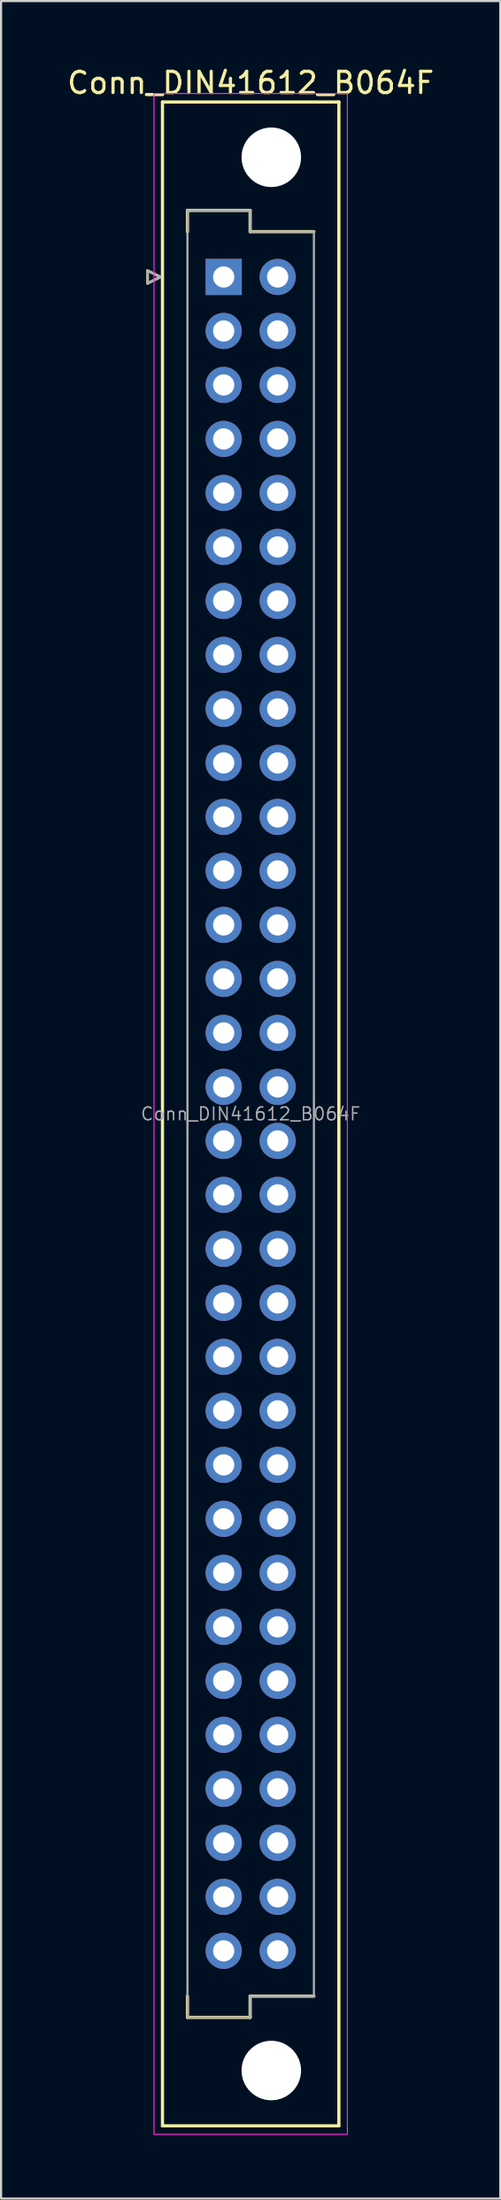
<source format=kicad_pcb>
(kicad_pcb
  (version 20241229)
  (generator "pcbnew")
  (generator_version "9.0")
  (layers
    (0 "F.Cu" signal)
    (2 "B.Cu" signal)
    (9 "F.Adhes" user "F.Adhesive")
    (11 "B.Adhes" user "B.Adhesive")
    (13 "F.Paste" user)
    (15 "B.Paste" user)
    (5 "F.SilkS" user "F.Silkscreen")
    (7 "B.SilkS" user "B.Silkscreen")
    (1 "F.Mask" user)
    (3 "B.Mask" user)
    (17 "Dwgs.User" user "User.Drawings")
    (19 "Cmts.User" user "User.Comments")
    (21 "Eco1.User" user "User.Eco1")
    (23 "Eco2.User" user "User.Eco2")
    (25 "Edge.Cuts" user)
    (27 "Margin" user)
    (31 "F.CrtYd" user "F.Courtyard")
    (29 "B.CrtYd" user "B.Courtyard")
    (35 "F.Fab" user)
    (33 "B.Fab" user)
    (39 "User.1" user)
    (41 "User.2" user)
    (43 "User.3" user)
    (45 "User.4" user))
  (footprint "Conn_DIN41612_B064F"
    (layer "F.Cu")
    (at 7.474 9.978)
    (property "Reference" "Conn_DIN41612_B064F" (at 1.27 -9.13 0) (layer "F.SilkS") (effects (font (size 1 1) (thickness 0.15))))
    (attr through_hole)
    (fp_line (start -3.58 -0.3) (end -3.58 0.3) (stroke (width 0.12) (type solid)) (layer "F.SilkS"))
    (fp_line (start -3.58 0.3) (end -2.98 0) (stroke (width 0.12) (type solid)) (layer "F.SilkS"))
    (fp_line (start -2.98 0) (end -3.58 -0.3) (stroke (width 0.12) (type solid)) (layer "F.SilkS"))
    (fp_line (start -2.88 -8.23) (end -2.88 86.97) (stroke (width 0.15) (type solid)) (layer "F.SilkS"))
    (fp_line (start -2.88 86.97) (end 5.42 86.97) (stroke (width 0.15) (type solid)) (layer "F.SilkS"))
    (fp_line (start -1.705 -3.13) (end 1.245 -3.13) (stroke (width 0.15) (type solid)) (layer "F.SilkS"))
    (fp_line (start -1.705 -2.13) (end -1.705 -3.13) (stroke (width 0.15) (type solid)) (layer "F.SilkS"))
    (fp_line (start -1.705 81.87) (end -1.705 80.87) (stroke (width 0.15) (type solid)) (layer "F.SilkS"))
    (fp_line (start 1.245 -3.13) (end 1.245 -2.13) (stroke (width 0.15) (type solid)) (layer "F.SilkS"))
    (fp_line (start 1.245 -2.13) (end 4.245 -2.13) (stroke (width 0.15) (type solid)) (layer "F.SilkS"))
    (fp_line (start 1.245 80.87) (end 1.245 81.87) (stroke (width 0.15) (type solid)) (layer "F.SilkS"))
    (fp_line (start 1.245 81.87) (end -1.705 81.87) (stroke (width 0.15) (type solid)) (layer "F.SilkS"))
    (fp_line (start 4.245 80.87) (end 1.245 80.87) (stroke (width 0.15) (type solid)) (layer "F.SilkS"))
    (fp_line (start 5.42 -8.23) (end -2.88 -8.23) (stroke (width 0.15) (type solid)) (layer "F.SilkS"))
    (fp_line (start 5.42 86.97) (end 5.42 -8.23) (stroke (width 0.15) (type solid)) (layer "F.SilkS"))
    (fp_line (start -3.28 -8.63) (end -3.28 87.37) (stroke (width 0.05) (type solid)) (layer "F.CrtYd"))
    (fp_line (start -3.28 87.37) (end 5.82 87.37) (stroke (width 0.05) (type solid)) (layer "F.CrtYd"))
    (fp_line (start 5.82 -8.63) (end -3.28 -8.63) (stroke (width 0.05) (type solid)) (layer "F.CrtYd"))
    (fp_line (start 5.82 87.37) (end 5.82 -8.63) (stroke (width 0.05) (type solid)) (layer "F.CrtYd"))
    (fp_line (start -3.58 -0.3) (end -3.58 0.3) (stroke (width 0.12) (type solid)) (layer "F.Fab"))
    (fp_line (start -3.58 0.3) (end -2.98 0) (stroke (width 0.12) (type solid)) (layer "F.Fab"))
    (fp_line (start -2.98 0) (end -3.58 -0.3) (stroke (width 0.12) (type solid)) (layer "F.Fab"))
    (fp_line (start -1.705 -3.13) (end 1.245 -3.13) (stroke (width 0.1) (type solid)) (layer "F.Fab"))
    (fp_line (start -1.705 -2.13) (end -1.705 -3.13) (stroke (width 0.1) (type solid)) (layer "F.Fab"))
    (fp_line (start -1.705 80.87) (end -1.705 -2.13) (stroke (width 0.1) (type solid)) (layer "F.Fab"))
    (fp_line (start -1.705 81.87) (end -1.705 80.87) (stroke (width 0.1) (type solid)) (layer "F.Fab"))
    (fp_line (start 1.245 -3.13) (end 1.245 -2.13) (stroke (width 0.1) (type solid)) (layer "F.Fab"))
    (fp_line (start 1.245 -2.13) (end 4.245 -2.13) (stroke (width 0.1) (type solid)) (layer "F.Fab"))
    (fp_line (start 1.245 80.87) (end 1.245 81.87) (stroke (width 0.1) (type solid)) (layer "F.Fab"))
    (fp_line (start 1.245 81.87) (end -1.705 81.87) (stroke (width 0.1) (type solid)) (layer "F.Fab"))
    (fp_line (start 4.245 -2.13) (end 4.245 80.87) (stroke (width 0.1) (type solid)) (layer "F.Fab"))
    (fp_line (start 4.245 80.87) (end 1.245 80.87) (stroke (width 0.1) (type solid)) (layer "F.Fab"))
    (fp_text user "${REFERENCE}" (at 1.27 39.37 0) (layer "F.Fab") (effects (font (size 0.6 0.6) (thickness 0.07))))
    (pad "" np_thru_hole circle (at 2.24 -5.63) (size 2.8 2.8) (drill 2.8) (layers "*.Cu" "*.Mask"))
    (pad "" np_thru_hole circle (at 2.24 84.37) (size 2.8 2.8) (drill 2.8) (layers "*.Cu" "*.Mask"))
    (pad "A1" thru_hole rect (at 0 0) (size 1.7 1.7) (drill 1) (layers "*.Cu" "*.Mask"))
    (pad "A2" thru_hole circle (at 0 2.54) (size 1.7 1.7) (drill 1) (layers "*.Cu" "*.Mask"))
    (pad "A3" thru_hole circle (at 0 5.08) (size 1.7 1.7) (drill 1) (layers "*.Cu" "*.Mask"))
    (pad "A4" thru_hole circle (at 0 7.62) (size 1.7 1.7) (drill 1) (layers "*.Cu" "*.Mask"))
    (pad "A5" thru_hole circle (at 0 10.16) (size 1.7 1.7) (drill 1) (layers "*.Cu" "*.Mask"))
    (pad "A6" thru_hole circle (at 0 12.7) (size 1.7 1.7) (drill 1) (layers "*.Cu" "*.Mask"))
    (pad "A7" thru_hole circle (at 0 15.24) (size 1.7 1.7) (drill 1) (layers "*.Cu" "*.Mask"))
    (pad "A8" thru_hole circle (at 0 17.78) (size 1.7 1.7) (drill 1) (layers "*.Cu" "*.Mask"))
    (pad "A9" thru_hole circle (at 0 20.32) (size 1.7 1.7) (drill 1) (layers "*.Cu" "*.Mask"))
    (pad "A10" thru_hole circle (at 0 22.86) (size 1.7 1.7) (drill 1) (layers "*.Cu" "*.Mask"))
    (pad "A11" thru_hole circle (at 0 25.4) (size 1.7 1.7) (drill 1) (layers "*.Cu" "*.Mask"))
    (pad "A12" thru_hole circle (at 0 27.94) (size 1.7 1.7) (drill 1) (layers "*.Cu" "*.Mask"))
    (pad "A13" thru_hole circle (at 0 30.48) (size 1.7 1.7) (drill 1) (layers "*.Cu" "*.Mask"))
    (pad "A14" thru_hole circle (at 0 33.02) (size 1.7 1.7) (drill 1) (layers "*.Cu" "*.Mask"))
    (pad "A15" thru_hole circle (at 0 35.56) (size 1.7 1.7) (drill 1) (layers "*.Cu" "*.Mask"))
    (pad "A16" thru_hole circle (at 0 38.1) (size 1.7 1.7) (drill 1) (layers "*.Cu" "*.Mask"))
    (pad "A17" thru_hole circle (at 0 40.64) (size 1.7 1.7) (drill 1) (layers "*.Cu" "*.Mask"))
    (pad "A18" thru_hole circle (at 0 43.18) (size 1.7 1.7) (drill 1) (layers "*.Cu" "*.Mask"))
    (pad "A19" thru_hole circle (at 0 45.72) (size 1.7 1.7) (drill 1) (layers "*.Cu" "*.Mask"))
    (pad "A20" thru_hole circle (at 0 48.26) (size 1.7 1.7) (drill 1) (layers "*.Cu" "*.Mask"))
    (pad "A21" thru_hole circle (at 0 50.8) (size 1.7 1.7) (drill 1) (layers "*.Cu" "*.Mask"))
    (pad "A22" thru_hole circle (at 0 53.34) (size 1.7 1.7) (drill 1) (layers "*.Cu" "*.Mask"))
    (pad "A23" thru_hole circle (at 0 55.88) (size 1.7 1.7) (drill 1) (layers "*.Cu" "*.Mask"))
    (pad "A24" thru_hole circle (at 0 58.42) (size 1.7 1.7) (drill 1) (layers "*.Cu" "*.Mask"))
    (pad "A25" thru_hole circle (at 0 60.96) (size 1.7 1.7) (drill 1) (layers "*.Cu" "*.Mask"))
    (pad "A26" thru_hole circle (at 0 63.5) (size 1.7 1.7) (drill 1) (layers "*.Cu" "*.Mask"))
    (pad "A27" thru_hole circle (at 0 66.04) (size 1.7 1.7) (drill 1) (layers "*.Cu" "*.Mask"))
    (pad "A28" thru_hole circle (at 0 68.58) (size 1.7 1.7) (drill 1) (layers "*.Cu" "*.Mask"))
    (pad "A29" thru_hole circle (at 0 71.12) (size 1.7 1.7) (drill 1) (layers "*.Cu" "*.Mask"))
    (pad "A30" thru_hole circle (at 0 73.66) (size 1.7 1.7) (drill 1) (layers "*.Cu" "*.Mask"))
    (pad "A31" thru_hole circle (at 0 76.2) (size 1.7 1.7) (drill 1) (layers "*.Cu" "*.Mask"))
    (pad "A32" thru_hole circle (at 0 78.74) (size 1.7 1.7) (drill 1) (layers "*.Cu" "*.Mask"))
    (pad "B1" thru_hole circle (at 2.54 0) (size 1.7 1.7) (drill 1) (layers "*.Cu" "*.Mask"))
    (pad "B2" thru_hole circle (at 2.54 2.54) (size 1.7 1.7) (drill 1) (layers "*.Cu" "*.Mask"))
    (pad "B3" thru_hole circle (at 2.54 5.08) (size 1.7 1.7) (drill 1) (layers "*.Cu" "*.Mask"))
    (pad "B4" thru_hole circle (at 2.54 7.62) (size 1.7 1.7) (drill 1) (layers "*.Cu" "*.Mask"))
    (pad "B5" thru_hole circle (at 2.54 10.16) (size 1.7 1.7) (drill 1) (layers "*.Cu" "*.Mask"))
    (pad "B6" thru_hole circle (at 2.54 12.7) (size 1.7 1.7) (drill 1) (layers "*.Cu" "*.Mask"))
    (pad "B7" thru_hole circle (at 2.54 15.24) (size 1.7 1.7) (drill 1) (layers "*.Cu" "*.Mask"))
    (pad "B8" thru_hole circle (at 2.54 17.78) (size 1.7 1.7) (drill 1) (layers "*.Cu" "*.Mask"))
    (pad "B9" thru_hole circle (at 2.54 20.32) (size 1.7 1.7) (drill 1) (layers "*.Cu" "*.Mask"))
    (pad "B10" thru_hole circle (at 2.54 22.86) (size 1.7 1.7) (drill 1) (layers "*.Cu" "*.Mask"))
    (pad "B11" thru_hole circle (at 2.54 25.4) (size 1.7 1.7) (drill 1) (layers "*.Cu" "*.Mask"))
    (pad "B12" thru_hole circle (at 2.54 27.94) (size 1.7 1.7) (drill 1) (layers "*.Cu" "*.Mask"))
    (pad "B13" thru_hole circle (at 2.54 30.48) (size 1.7 1.7) (drill 1) (layers "*.Cu" "*.Mask"))
    (pad "B14" thru_hole circle (at 2.54 33.02) (size 1.7 1.7) (drill 1) (layers "*.Cu" "*.Mask"))
    (pad "B15" thru_hole circle (at 2.54 35.56) (size 1.7 1.7) (drill 1) (layers "*.Cu" "*.Mask"))
    (pad "B16" thru_hole circle (at 2.54 38.1) (size 1.7 1.7) (drill 1) (layers "*.Cu" "*.Mask"))
    (pad "B17" thru_hole circle (at 2.54 40.64) (size 1.7 1.7) (drill 1) (layers "*.Cu" "*.Mask"))
    (pad "B18" thru_hole circle (at 2.54 43.18) (size 1.7 1.7) (drill 1) (layers "*.Cu" "*.Mask"))
    (pad "B19" thru_hole circle (at 2.54 45.72) (size 1.7 1.7) (drill 1) (layers "*.Cu" "*.Mask"))
    (pad "B20" thru_hole circle (at 2.54 48.26) (size 1.7 1.7) (drill 1) (layers "*.Cu" "*.Mask"))
    (pad "B21" thru_hole circle (at 2.54 50.8) (size 1.7 1.7) (drill 1) (layers "*.Cu" "*.Mask"))
    (pad "B22" thru_hole circle (at 2.54 53.34) (size 1.7 1.7) (drill 1) (layers "*.Cu" "*.Mask"))
    (pad "B23" thru_hole circle (at 2.54 55.88) (size 1.7 1.7) (drill 1) (layers "*.Cu" "*.Mask"))
    (pad "B24" thru_hole circle (at 2.54 58.42) (size 1.7 1.7) (drill 1) (layers "*.Cu" "*.Mask"))
    (pad "B25" thru_hole circle (at 2.54 60.96) (size 1.7 1.7) (drill 1) (layers "*.Cu" "*.Mask"))
    (pad "B26" thru_hole circle (at 2.54 63.5) (size 1.7 1.7) (drill 1) (layers "*.Cu" "*.Mask"))
    (pad "B27" thru_hole circle (at 2.54 66.04) (size 1.7 1.7) (drill 1) (layers "*.Cu" "*.Mask"))
    (pad "B28" thru_hole circle (at 2.54 68.58) (size 1.7 1.7) (drill 1) (layers "*.Cu" "*.Mask"))
    (pad "B29" thru_hole circle (at 2.54 71.12) (size 1.7 1.7) (drill 1) (layers "*.Cu" "*.Mask"))
    (pad "B30" thru_hole circle (at 2.54 73.66) (size 1.7 1.7) (drill 1) (layers "*.Cu" "*.Mask"))
    (pad "B31" thru_hole circle (at 2.54 76.2) (size 1.7 1.7) (drill 1) (layers "*.Cu" "*.Mask"))
    (pad "B32" thru_hole circle (at 2.54 78.74) (size 1.7 1.7) (drill 1) (layers "*.Cu" "*.Mask")))
  (gr_rect
    (start -3 -3)
    (end 20.488 100.373)
    (stroke (width 0.1) (type default))
    (fill no)
    (layer "Edge.Cuts")))
</source>
